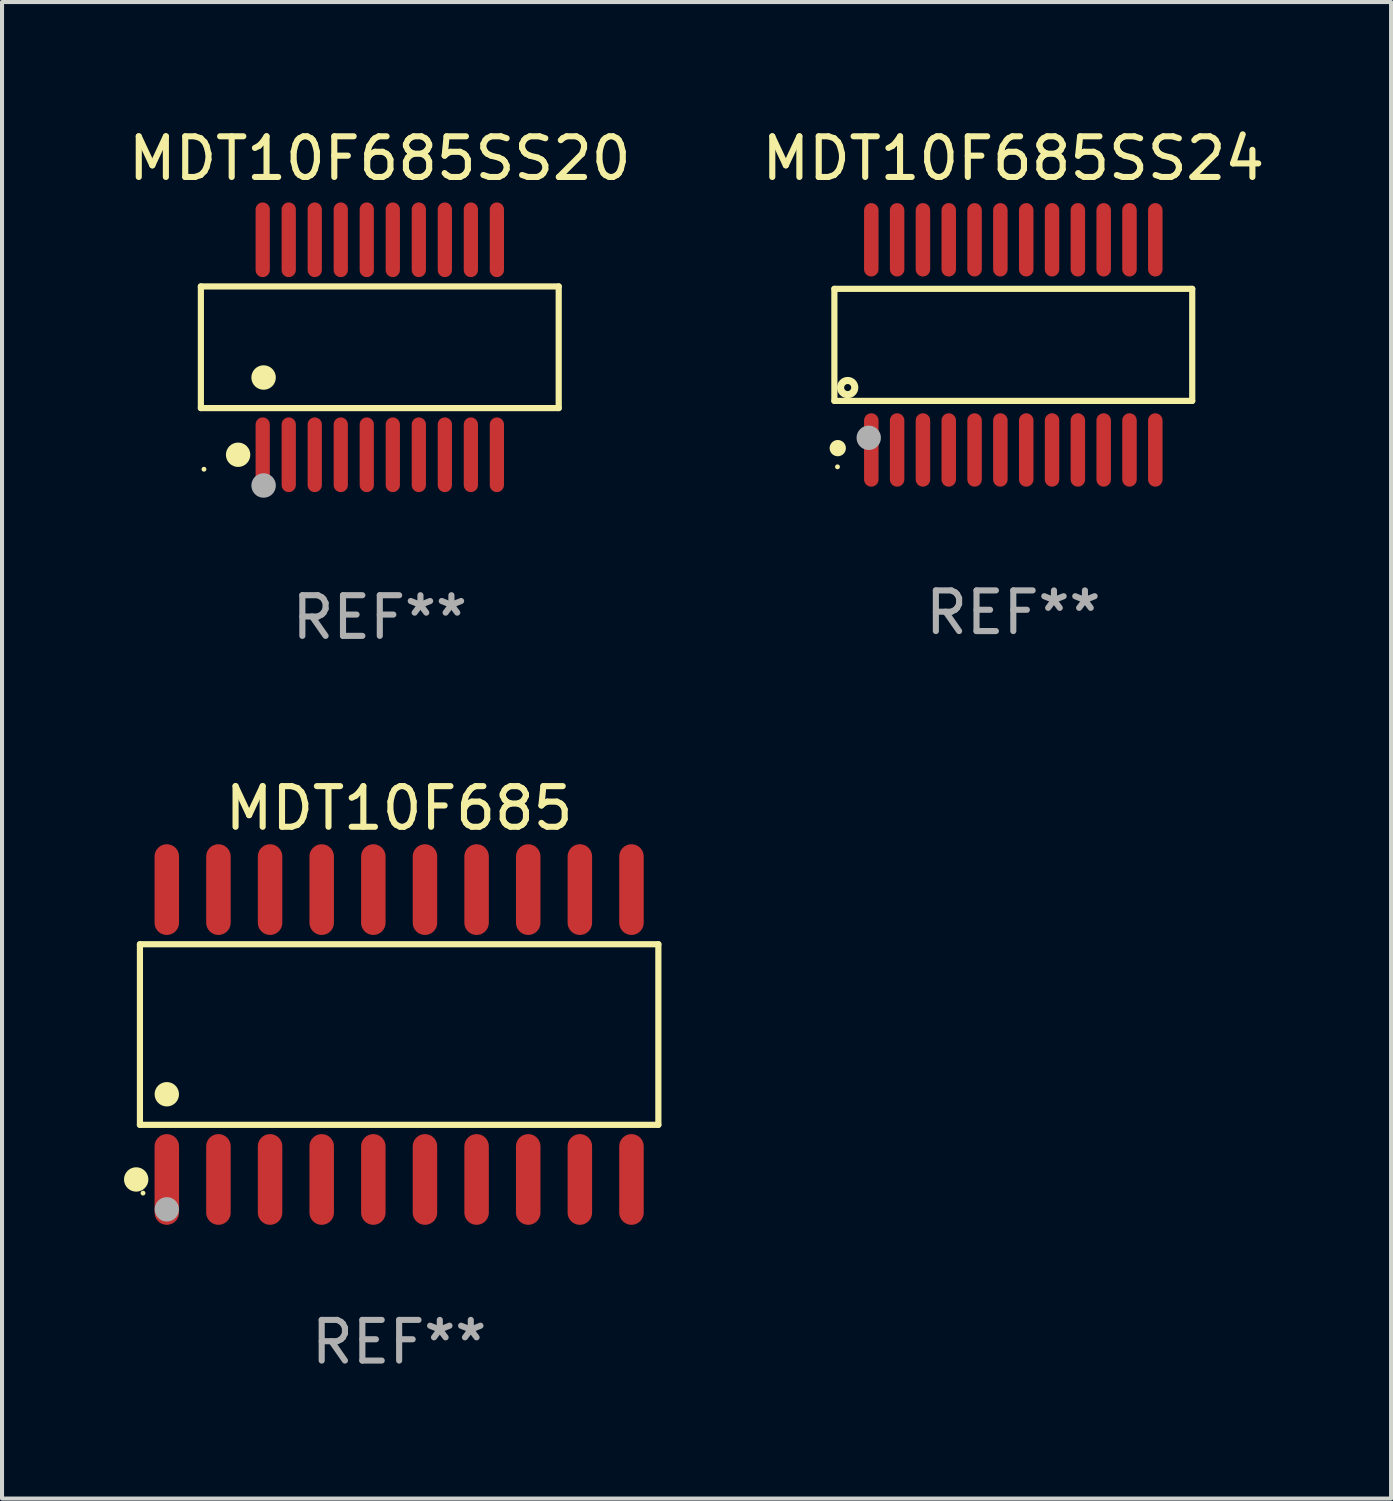
<source format=kicad_pcb>
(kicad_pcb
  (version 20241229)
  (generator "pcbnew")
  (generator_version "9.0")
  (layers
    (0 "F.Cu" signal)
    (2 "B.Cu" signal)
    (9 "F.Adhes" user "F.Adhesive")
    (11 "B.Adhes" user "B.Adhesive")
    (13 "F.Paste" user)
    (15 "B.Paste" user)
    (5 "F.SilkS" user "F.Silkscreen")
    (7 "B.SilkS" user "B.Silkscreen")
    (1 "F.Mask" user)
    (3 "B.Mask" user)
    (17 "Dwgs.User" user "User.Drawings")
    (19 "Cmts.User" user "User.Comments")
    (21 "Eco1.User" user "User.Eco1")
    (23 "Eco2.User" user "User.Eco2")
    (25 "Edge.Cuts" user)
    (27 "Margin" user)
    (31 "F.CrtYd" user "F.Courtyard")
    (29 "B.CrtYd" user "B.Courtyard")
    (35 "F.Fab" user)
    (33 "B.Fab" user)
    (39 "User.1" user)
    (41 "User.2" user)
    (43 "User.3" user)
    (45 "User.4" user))
  (footprint "MDT10F685"
    (layer "F.Cu")
    (at 6.768 22.397)
    (property "Reference" "MDT10F685" (at 0 -5.565 0) (layer "F.SilkS") (effects (font (size 1 1) (thickness 0.15))))
    (attr through_hole)
    (fp_line (start -6.376 -2.221) (end 6.376 -2.221) (stroke (width 0.152) (type solid)) (layer "F.SilkS"))
    (fp_line (start -6.376 2.221) (end -6.376 -2.221) (stroke (width 0.152) (type solid)) (layer "F.SilkS"))
    (fp_line (start 6.376 -2.221) (end 6.376 2.221) (stroke (width 0.152) (type solid)) (layer "F.SilkS"))
    (fp_line (start 6.376 2.221) (end -6.376 2.221) (stroke (width 0.152) (type solid)) (layer "F.SilkS"))
    (fp_circle (center -6.468 3.565) (end -6.318 3.565) (stroke (width 0.3) (type solid)) (fill no) (layer "F.SilkS"))
    (fp_circle (center -6.3 3.9) (end -6.27 3.9) (stroke (width 0.06) (type solid)) (fill no) (layer "F.SilkS"))
    (fp_circle (center -5.715 1.469) (end -5.565 1.469) (stroke (width 0.3) (type solid)) (fill no) (layer "F.SilkS"))
    (fp_circle (center -5.715 4.3) (end -5.565 4.3) (stroke (width 0.3) (type solid)) (fill no) (layer "F.Fab"))
    (fp_text user "REF**" (at 0 7.565 0) (layer "F.Fab") (effects (font (size 1 1) (thickness 0.15))))
    (pad "1" smd oval (at -5.715 3.565) (size 0.602 2.231) (layers "F.Cu" "F.Mask" "F.Paste"))
    (pad "2" smd oval (at -4.445 3.565) (size 0.602 2.231) (layers "F.Cu" "F.Mask" "F.Paste"))
    (pad "3" smd oval (at -3.175 3.565) (size 0.602 2.231) (layers "F.Cu" "F.Mask" "F.Paste"))
    (pad "4" smd oval (at -1.905 3.565) (size 0.602 2.231) (layers "F.Cu" "F.Mask" "F.Paste"))
    (pad "5" smd oval (at -0.635 3.565) (size 0.602 2.231) (layers "F.Cu" "F.Mask" "F.Paste"))
    (pad "6" smd oval (at 0.635 3.565) (size 0.602 2.231) (layers "F.Cu" "F.Mask" "F.Paste"))
    (pad "7" smd oval (at 1.905 3.565) (size 0.602 2.231) (layers "F.Cu" "F.Mask" "F.Paste"))
    (pad "8" smd oval (at 3.175 3.565) (size 0.602 2.231) (layers "F.Cu" "F.Mask" "F.Paste"))
    (pad "9" smd oval (at 4.445 3.565) (size 0.602 2.231) (layers "F.Cu" "F.Mask" "F.Paste"))
    (pad "10" smd oval (at 5.715 3.565) (size 0.602 2.231) (layers "F.Cu" "F.Mask" "F.Paste"))
    (pad "11" smd oval (at 5.715 -3.565) (size 0.602 2.231) (layers "F.Cu" "F.Mask" "F.Paste"))
    (pad "12" smd oval (at 4.445 -3.565) (size 0.602 2.231) (layers "F.Cu" "F.Mask" "F.Paste"))
    (pad "13" smd oval (at 3.175 -3.565) (size 0.602 2.231) (layers "F.Cu" "F.Mask" "F.Paste"))
    (pad "14" smd oval (at 1.905 -3.565) (size 0.602 2.231) (layers "F.Cu" "F.Mask" "F.Paste"))
    (pad "15" smd oval (at 0.635 -3.565) (size 0.602 2.231) (layers "F.Cu" "F.Mask" "F.Paste"))
    (pad "16" smd oval (at -0.635 -3.565) (size 0.602 2.231) (layers "F.Cu" "F.Mask" "F.Paste"))
    (pad "17" smd oval (at -1.905 -3.565) (size 0.602 2.231) (layers "F.Cu" "F.Mask" "F.Paste"))
    (pad "18" smd oval (at -3.175 -3.565) (size 0.602 2.231) (layers "F.Cu" "F.Mask" "F.Paste"))
    (pad "19" smd oval (at -4.445 -3.565) (size 0.602 2.231) (layers "F.Cu" "F.Mask" "F.Paste"))
    (pad "20" smd oval (at -5.715 -3.565) (size 0.602 2.231) (layers "F.Cu" "F.Mask" "F.Paste")))
  (footprint "MDT10F685SS20"
    (layer "F.Cu")
    (at 6.292 5.492)
    (property "Reference" "MDT10F685SS20" (at 0 -4.644 0) (layer "F.SilkS") (effects (font (size 1 1) (thickness 0.15))))
    (attr through_hole)
    (fp_line (start -4.401 -1.497) (end 4.401 -1.497) (stroke (width 0.152) (type solid)) (layer "F.SilkS"))
    (fp_line (start -4.401 1.496) (end -4.401 -1.497) (stroke (width 0.152) (type solid)) (layer "F.SilkS"))
    (fp_line (start 4.401 -1.497) (end 4.401 1.496) (stroke (width 0.152) (type solid)) (layer "F.SilkS"))
    (fp_line (start 4.401 1.496) (end -4.401 1.496) (stroke (width 0.152) (type solid)) (layer "F.SilkS"))
    (fp_circle (center -4.325 3) (end -4.295 3) (stroke (width 0.06) (type solid)) (fill no) (layer "F.SilkS"))
    (fp_circle (center -3.485 2.644) (end -3.335 2.644) (stroke (width 0.3) (type solid)) (fill no) (layer "F.SilkS"))
    (fp_circle (center -2.858 0.744) (end -2.707 0.744) (stroke (width 0.3) (type solid)) (fill no) (layer "F.SilkS"))
    (fp_circle (center -2.858 3.4) (end -2.707 3.4) (stroke (width 0.3) (type solid)) (fill no) (layer "F.Fab"))
    (fp_text user "REF**" (at 0 6.644 0) (layer "F.Fab") (effects (font (size 1 1) (thickness 0.15))))
    (pad "1" smd oval (at -2.88 2.644) (size 0.35 1.837) (layers "F.Cu" "F.Mask" "F.Paste"))
    (pad "2" smd oval (at -2.24 2.644) (size 0.35 1.837) (layers "F.Cu" "F.Mask" "F.Paste"))
    (pad "3" smd oval (at -1.6 2.644) (size 0.35 1.837) (layers "F.Cu" "F.Mask" "F.Paste"))
    (pad "4" smd oval (at -0.96 2.644) (size 0.35 1.837) (layers "F.Cu" "F.Mask" "F.Paste"))
    (pad "5" smd oval (at -0.32 2.644) (size 0.35 1.837) (layers "F.Cu" "F.Mask" "F.Paste"))
    (pad "6" smd oval (at 0.32 2.644) (size 0.35 1.837) (layers "F.Cu" "F.Mask" "F.Paste"))
    (pad "7" smd oval (at 0.96 2.644) (size 0.35 1.837) (layers "F.Cu" "F.Mask" "F.Paste"))
    (pad "8" smd oval (at 1.6 2.644) (size 0.35 1.837) (layers "F.Cu" "F.Mask" "F.Paste"))
    (pad "9" smd oval (at 2.24 2.644) (size 0.35 1.837) (layers "F.Cu" "F.Mask" "F.Paste"))
    (pad "10" smd oval (at 2.88 2.644) (size 0.35 1.837) (layers "F.Cu" "F.Mask" "F.Paste"))
    (pad "11" smd oval (at 2.88 -2.644 180) (size 0.35 1.837) (layers "F.Cu" "F.Mask" "F.Paste"))
    (pad "12" smd oval (at 2.24 -2.644 180) (size 0.35 1.837) (layers "F.Cu" "F.Mask" "F.Paste"))
    (pad "13" smd oval (at 1.6 -2.644 180) (size 0.35 1.837) (layers "F.Cu" "F.Mask" "F.Paste"))
    (pad "14" smd oval (at 0.96 -2.644 180) (size 0.35 1.837) (layers "F.Cu" "F.Mask" "F.Paste"))
    (pad "15" smd oval (at 0.32 -2.644 180) (size 0.35 1.837) (layers "F.Cu" "F.Mask" "F.Paste"))
    (pad "16" smd oval (at -0.32 -2.644 180) (size 0.35 1.837) (layers "F.Cu" "F.Mask" "F.Paste"))
    (pad "17" smd oval (at -0.96 -2.644 180) (size 0.35 1.837) (layers "F.Cu" "F.Mask" "F.Paste"))
    (pad "18" smd oval (at -1.6 -2.644 180) (size 0.35 1.837) (layers "F.Cu" "F.Mask" "F.Paste"))
    (pad "19" smd oval (at -2.24 -2.644 180) (size 0.35 1.837) (layers "F.Cu" "F.Mask" "F.Paste"))
    (pad "20" smd oval (at -2.88 -2.644 180) (size 0.35 1.837) (layers "F.Cu" "F.Mask" "F.Paste")))
  (footprint "MDT10F685SS24"
    (layer "F.Cu")
    (at 21.875 5.433)
    (property "Reference" "MDT10F685SS24" (at 0 -4.585 0) (layer "F.SilkS") (effects (font (size 1 1) (thickness 0.15))))
    (attr through_hole)
    (fp_line (start -4.401 -1.378) (end 4.401 -1.378) (stroke (width 0.152) (type solid)) (layer "F.SilkS"))
    (fp_line (start -4.401 1.378) (end -4.401 -1.378) (stroke (width 0.152) (type solid)) (layer "F.SilkS"))
    (fp_line (start 4.401 -1.378) (end 4.401 1.378) (stroke (width 0.152) (type solid)) (layer "F.SilkS"))
    (fp_line (start 4.401 1.378) (end -4.401 1.378) (stroke (width 0.152) (type solid)) (layer "F.SilkS"))
    (fp_circle (center -4.325 3) (end -4.295 3) (stroke (width 0.06) (type solid)) (fill no) (layer "F.SilkS"))
    (fp_circle (center -4.318 2.54) (end -4.218 2.54) (stroke (width 0.2) (type solid)) (fill no) (layer "F.SilkS"))
    (fp_circle (center -4.074 1.05) (end -3.987 1.05) (stroke (width 0.175) (type solid)) (fill no) (layer "F.SilkS"))
    (fp_circle (center -3.556 2.286) (end -3.406 2.286) (stroke (width 0.3) (type solid)) (fill no) (layer "F.Fab"))
    (fp_text user "REF**" (at 0 6.585 0) (layer "F.Fab") (effects (font (size 1 1) (thickness 0.15))))
    (pad "1" smd oval (at -3.493 2.585) (size 0.356 1.805) (layers "F.Cu" "F.Mask" "F.Paste"))
    (pad "2" smd oval (at -2.858 2.585) (size 0.356 1.805) (layers "F.Cu" "F.Mask" "F.Paste"))
    (pad "3" smd oval (at -2.223 2.585) (size 0.356 1.805) (layers "F.Cu" "F.Mask" "F.Paste"))
    (pad "4" smd oval (at -1.588 2.585) (size 0.356 1.805) (layers "F.Cu" "F.Mask" "F.Paste"))
    (pad "5" smd oval (at -0.953 2.585) (size 0.356 1.805) (layers "F.Cu" "F.Mask" "F.Paste"))
    (pad "6" smd oval (at -0.318 2.585) (size 0.356 1.805) (layers "F.Cu" "F.Mask" "F.Paste"))
    (pad "7" smd oval (at 0.318 2.585) (size 0.356 1.805) (layers "F.Cu" "F.Mask" "F.Paste"))
    (pad "8" smd oval (at 0.953 2.585) (size 0.356 1.805) (layers "F.Cu" "F.Mask" "F.Paste"))
    (pad "9" smd oval (at 1.588 2.585) (size 0.356 1.805) (layers "F.Cu" "F.Mask" "F.Paste"))
    (pad "10" smd oval (at 2.223 2.585) (size 0.356 1.805) (layers "F.Cu" "F.Mask" "F.Paste"))
    (pad "11" smd oval (at 2.858 2.585) (size 0.356 1.805) (layers "F.Cu" "F.Mask" "F.Paste"))
    (pad "12" smd oval (at 3.493 2.585) (size 0.356 1.805) (layers "F.Cu" "F.Mask" "F.Paste"))
    (pad "13" smd oval (at 3.493 -2.585) (size 0.356 1.805) (layers "F.Cu" "F.Mask" "F.Paste"))
    (pad "14" smd oval (at 2.858 -2.585) (size 0.356 1.805) (layers "F.Cu" "F.Mask" "F.Paste"))
    (pad "15" smd oval (at 2.223 -2.585) (size 0.356 1.805) (layers "F.Cu" "F.Mask" "F.Paste"))
    (pad "16" smd oval (at 1.588 -2.585) (size 0.356 1.805) (layers "F.Cu" "F.Mask" "F.Paste"))
    (pad "17" smd oval (at 0.953 -2.585) (size 0.356 1.805) (layers "F.Cu" "F.Mask" "F.Paste"))
    (pad "18" smd oval (at 0.318 -2.585) (size 0.356 1.805) (layers "F.Cu" "F.Mask" "F.Paste"))
    (pad "19" smd oval (at -0.318 -2.585) (size 0.356 1.805) (layers "F.Cu" "F.Mask" "F.Paste"))
    (pad "20" smd oval (at -0.953 -2.585) (size 0.356 1.805) (layers "F.Cu" "F.Mask" "F.Paste"))
    (pad "21" smd oval (at -1.588 -2.585) (size 0.356 1.805) (layers "F.Cu" "F.Mask" "F.Paste"))
    (pad "22" smd oval (at -2.223 -2.585) (size 0.356 1.805) (layers "F.Cu" "F.Mask" "F.Paste"))
    (pad "23" smd oval (at -2.858 -2.585) (size 0.356 1.805) (layers "F.Cu" "F.Mask" "F.Paste"))
    (pad "24" smd oval (at -3.493 -2.585) (size 0.356 1.805) (layers "F.Cu" "F.Mask" "F.Paste")))
  (gr_rect
    (start -3 -3)
    (end 31.167 33.811)
    (stroke (width 0.1) (type default))
    (fill no)
    (layer "Edge.Cuts")))
</source>
